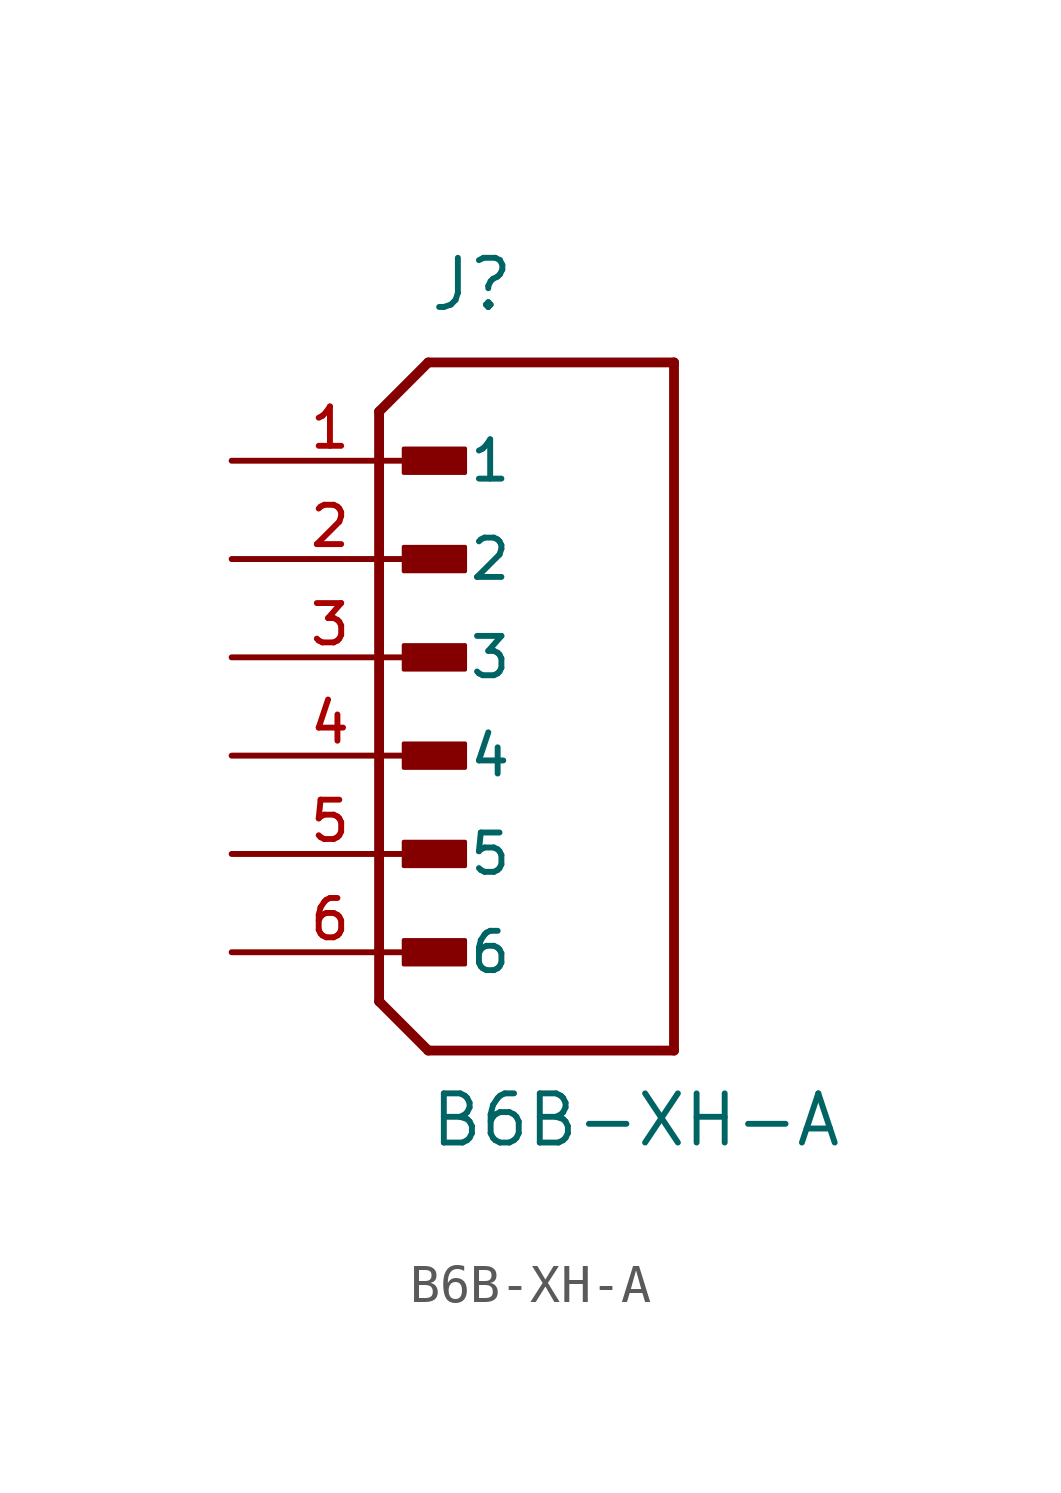
<source format=kicad_sym>
(kicad_symbol_lib
  (version 20211014)
  (generator kicad_symbol_editor)
  (symbol "B6B-XH-A"
    (pin_names
      (offset 1.016))
    (property "Reference" "J"
      (at -2.54 8.89 0)
      (effects (font (size 1.27 1.27)) (justify bottom left)))
    (property "Value" "B6B-XH-A"
      (at -2.54 -12.7 0)
      (effects (font (size 1.27 1.27)) (justify bottom left)))
    (symbol "B6B-XH-A_0_0"
      (polyline (pts (xy -3.81 6.35) (xy -2.54 7.62)) (stroke (width 0.254)))
      (polyline (pts (xy -3.81 6.35) (xy -3.81 -8.89)) (stroke (width 0.254)))
      (polyline (pts (xy -3.81 -8.89) (xy -2.54 -10.16)) (stroke (width 0.254)))
      (polyline (pts (xy -2.54 -10.16) (xy 3.81 -10.16)) (stroke (width 0.254)))
      (polyline (pts (xy 3.81 -10.16) (xy 3.81 7.62)) (stroke (width 0.254)))
      (polyline (pts (xy 3.81 7.62) (xy -2.54 7.62)) (stroke (width 0.254)))
      (rectangle (start -3.175 4.763) (end -1.587 5.397) (stroke (width 0.1)) (fill (type outline)))
      (rectangle (start -3.175 2.223) (end -1.587 2.857) (stroke (width 0.1)) (fill (type outline)))
      (rectangle (start -3.175 -0.318) (end -1.587 0.318) (stroke (width 0.1)) (fill (type outline)))
      (rectangle (start -3.175 -2.857) (end -1.587 -2.223) (stroke (width 0.1)) (fill (type outline)))
      (rectangle (start -3.175 -5.397) (end -1.587 -4.763) (stroke (width 0.1)) (fill (type outline)))
      (rectangle (start -3.175 -7.938) (end -1.587 -7.303) (stroke (width 0.1)) (fill (type outline)))
      (pin passive line (at -7.62 5.08 0) (length 5.08) (name "1" (effects (font (size 1.016 1.016)))) (number "1" (effects (font (size 1.016 1.016)))))
      (pin passive line (at -7.62 2.54 0) (length 5.08) (name "2" (effects (font (size 1.016 1.016)))) (number "2" (effects (font (size 1.016 1.016)))))
      (pin passive line (at -7.62 0.0 0) (length 5.08) (name "3" (effects (font (size 1.016 1.016)))) (number "3" (effects (font (size 1.016 1.016)))))
      (pin passive line (at -7.62 -2.54 0) (length 5.08) (name "4" (effects (font (size 1.016 1.016)))) (number "4" (effects (font (size 1.016 1.016)))))
      (pin passive line (at -7.62 -5.08 0) (length 5.08) (name "5" (effects (font (size 1.016 1.016)))) (number "5" (effects (font (size 1.016 1.016)))))
      (pin passive line (at -7.62 -7.62 0) (length 5.08) (name "6" (effects (font (size 1.016 1.016)))) (number "6" (effects (font (size 1.016 1.016))))))))
</source>
